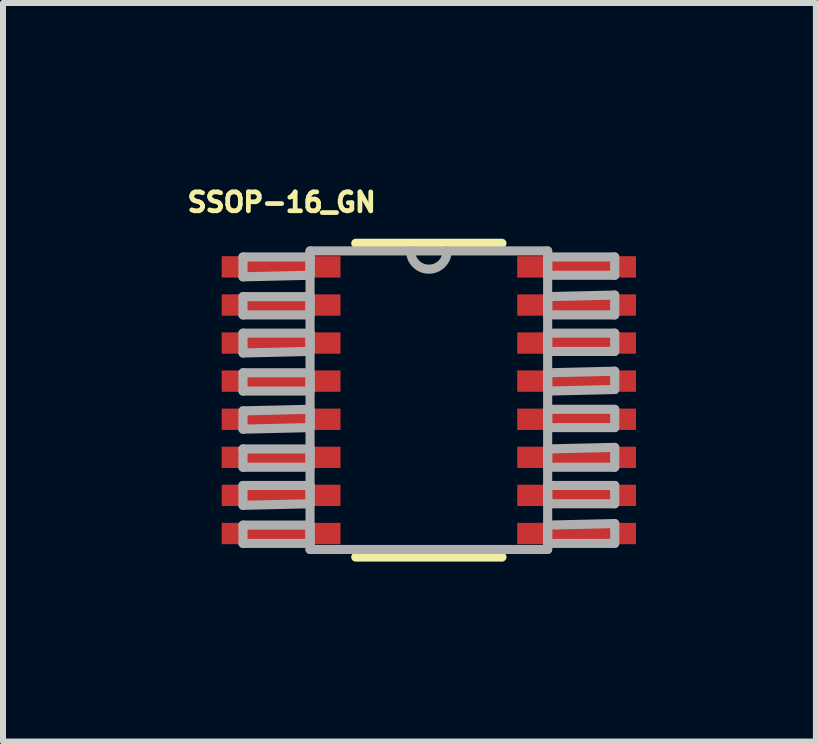
<source format=kicad_pcb>
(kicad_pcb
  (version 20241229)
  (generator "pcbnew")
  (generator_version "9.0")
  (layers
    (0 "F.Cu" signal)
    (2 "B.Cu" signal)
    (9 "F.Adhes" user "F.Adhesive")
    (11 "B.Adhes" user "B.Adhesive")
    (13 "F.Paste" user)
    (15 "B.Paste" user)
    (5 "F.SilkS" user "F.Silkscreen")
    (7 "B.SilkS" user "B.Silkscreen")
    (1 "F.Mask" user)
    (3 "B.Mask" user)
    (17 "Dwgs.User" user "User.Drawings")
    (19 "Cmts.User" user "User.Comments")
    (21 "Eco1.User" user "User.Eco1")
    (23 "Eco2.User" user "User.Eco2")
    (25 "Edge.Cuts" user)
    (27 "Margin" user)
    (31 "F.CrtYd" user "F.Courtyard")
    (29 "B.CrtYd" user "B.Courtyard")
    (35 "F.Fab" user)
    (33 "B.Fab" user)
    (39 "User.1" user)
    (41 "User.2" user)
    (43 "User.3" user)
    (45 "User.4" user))
  (footprint "SSOP-16_GN"
    (layer "F.Cu")
    (at 4.101 3.623)
    (property "Reference" "SSOP-16_GN" (at -2.454 -3.3 0) (layer "F.SilkS") (effects (font (size 0.315 0.315) (thickness 0.15))))
    (attr through_hole)
    (fp_line (start -1.219 2.616) (end 1.219 2.616) (stroke (width 0.152) (type solid)) (layer "F.SilkS"))
    (fp_line (start 1.219 -2.616) (end -1.219 -2.616) (stroke (width 0.152) (type solid)) (layer "F.SilkS"))
    (fp_line (start -3.099 -2.388) (end -3.099 -2.057) (stroke (width 0.152) (type solid)) (layer "F.Fab"))
    (fp_line (start -3.099 -2.057) (end -1.981 -2.083) (stroke (width 0.152) (type solid)) (layer "F.Fab"))
    (fp_line (start -3.099 -1.727) (end -3.099 -1.422) (stroke (width 0.152) (type solid)) (layer "F.Fab"))
    (fp_line (start -3.099 -1.422) (end -1.981 -1.422) (stroke (width 0.152) (type solid)) (layer "F.Fab"))
    (fp_line (start -3.099 -1.118) (end -3.099 -0.787) (stroke (width 0.152) (type solid)) (layer "F.Fab"))
    (fp_line (start -3.099 -0.787) (end -1.981 -0.813) (stroke (width 0.152) (type solid)) (layer "F.Fab"))
    (fp_line (start -3.099 -0.457) (end -3.099 -0.152) (stroke (width 0.152) (type solid)) (layer "F.Fab"))
    (fp_line (start -3.099 -0.152) (end -1.981 -0.152) (stroke (width 0.152) (type solid)) (layer "F.Fab"))
    (fp_line (start -3.099 0.178) (end -3.099 0.483) (stroke (width 0.152) (type solid)) (layer "F.Fab"))
    (fp_line (start -3.099 0.483) (end -1.981 0.457) (stroke (width 0.152) (type solid)) (layer "F.Fab"))
    (fp_line (start -3.099 0.813) (end -3.099 1.118) (stroke (width 0.152) (type solid)) (layer "F.Fab"))
    (fp_line (start -3.099 1.118) (end -1.981 1.118) (stroke (width 0.152) (type solid)) (layer "F.Fab"))
    (fp_line (start -3.099 1.422) (end -3.099 1.753) (stroke (width 0.152) (type solid)) (layer "F.Fab"))
    (fp_line (start -3.099 1.753) (end -1.981 1.727) (stroke (width 0.152) (type solid)) (layer "F.Fab"))
    (fp_line (start -3.099 2.083) (end -3.099 2.388) (stroke (width 0.152) (type solid)) (layer "F.Fab"))
    (fp_line (start -3.099 2.388) (end -1.981 2.388) (stroke (width 0.152) (type solid)) (layer "F.Fab"))
    (fp_line (start -1.981 -2.489) (end -1.981 2.489) (stroke (width 0.152) (type solid)) (layer "F.Fab"))
    (fp_line (start -1.981 -2.388) (end -3.099 -2.388) (stroke (width 0.152) (type solid)) (layer "F.Fab"))
    (fp_line (start -1.981 -2.083) (end -1.981 -2.388) (stroke (width 0.152) (type solid)) (layer "F.Fab"))
    (fp_line (start -1.981 -1.727) (end -3.099 -1.727) (stroke (width 0.152) (type solid)) (layer "F.Fab"))
    (fp_line (start -1.981 -1.422) (end -1.981 -1.727) (stroke (width 0.152) (type solid)) (layer "F.Fab"))
    (fp_line (start -1.981 -1.118) (end -3.099 -1.118) (stroke (width 0.152) (type solid)) (layer "F.Fab"))
    (fp_line (start -1.981 -0.813) (end -1.981 -1.118) (stroke (width 0.152) (type solid)) (layer "F.Fab"))
    (fp_line (start -1.981 -0.457) (end -3.099 -0.457) (stroke (width 0.152) (type solid)) (layer "F.Fab"))
    (fp_line (start -1.981 -0.152) (end -1.981 -0.457) (stroke (width 0.152) (type solid)) (layer "F.Fab"))
    (fp_line (start -1.981 0.152) (end -3.099 0.178) (stroke (width 0.152) (type solid)) (layer "F.Fab"))
    (fp_line (start -1.981 0.457) (end -1.981 0.152) (stroke (width 0.152) (type solid)) (layer "F.Fab"))
    (fp_line (start -1.981 0.813) (end -3.099 0.813) (stroke (width 0.152) (type solid)) (layer "F.Fab"))
    (fp_line (start -1.981 1.118) (end -1.981 0.813) (stroke (width 0.152) (type solid)) (layer "F.Fab"))
    (fp_line (start -1.981 1.422) (end -3.099 1.422) (stroke (width 0.152) (type solid)) (layer "F.Fab"))
    (fp_line (start -1.981 1.727) (end -1.981 1.422) (stroke (width 0.152) (type solid)) (layer "F.Fab"))
    (fp_line (start -1.981 2.083) (end -3.099 2.083) (stroke (width 0.152) (type solid)) (layer "F.Fab"))
    (fp_line (start -1.981 2.388) (end -1.981 2.083) (stroke (width 0.152) (type solid)) (layer "F.Fab"))
    (fp_line (start -1.981 2.489) (end 1.981 2.489) (stroke (width 0.152) (type solid)) (layer "F.Fab"))
    (fp_line (start -0.305 -2.489) (end -1.981 -2.489) (stroke (width 0.152) (type solid)) (layer "F.Fab"))
    (fp_line (start 0.305 -2.489) (end -0.305 -2.489) (stroke (width 0.152) (type solid)) (layer "F.Fab"))
    (fp_line (start 1.981 -2.489) (end 0.305 -2.489) (stroke (width 0.152) (type solid)) (layer "F.Fab"))
    (fp_line (start 1.981 -2.388) (end 1.981 -2.083) (stroke (width 0.152) (type solid)) (layer "F.Fab"))
    (fp_line (start 1.981 -2.083) (end 3.099 -2.083) (stroke (width 0.152) (type solid)) (layer "F.Fab"))
    (fp_line (start 1.981 -1.727) (end 1.981 -1.422) (stroke (width 0.152) (type solid)) (layer "F.Fab"))
    (fp_line (start 1.981 -1.422) (end 3.099 -1.422) (stroke (width 0.152) (type solid)) (layer "F.Fab"))
    (fp_line (start 1.981 -1.118) (end 1.981 -0.813) (stroke (width 0.152) (type solid)) (layer "F.Fab"))
    (fp_line (start 1.981 -0.813) (end 3.099 -0.813) (stroke (width 0.152) (type solid)) (layer "F.Fab"))
    (fp_line (start 1.981 -0.457) (end 1.981 -0.152) (stroke (width 0.152) (type solid)) (layer "F.Fab"))
    (fp_line (start 1.981 -0.152) (end 3.099 -0.178) (stroke (width 0.152) (type solid)) (layer "F.Fab"))
    (fp_line (start 1.981 0.152) (end 1.981 0.457) (stroke (width 0.152) (type solid)) (layer "F.Fab"))
    (fp_line (start 1.981 0.457) (end 3.099 0.457) (stroke (width 0.152) (type solid)) (layer "F.Fab"))
    (fp_line (start 1.981 0.813) (end 1.981 1.118) (stroke (width 0.152) (type solid)) (layer "F.Fab"))
    (fp_line (start 1.981 1.118) (end 3.099 1.118) (stroke (width 0.152) (type solid)) (layer "F.Fab"))
    (fp_line (start 1.981 1.422) (end 1.981 1.727) (stroke (width 0.152) (type solid)) (layer "F.Fab"))
    (fp_line (start 1.981 1.727) (end 3.099 1.727) (stroke (width 0.152) (type solid)) (layer "F.Fab"))
    (fp_line (start 1.981 2.083) (end 1.981 2.388) (stroke (width 0.152) (type solid)) (layer "F.Fab"))
    (fp_line (start 1.981 2.388) (end 3.099 2.388) (stroke (width 0.152) (type solid)) (layer "F.Fab"))
    (fp_line (start 1.981 2.489) (end 1.981 -2.489) (stroke (width 0.152) (type solid)) (layer "F.Fab"))
    (fp_line (start 3.099 -2.388) (end 1.981 -2.388) (stroke (width 0.152) (type solid)) (layer "F.Fab"))
    (fp_line (start 3.099 -2.083) (end 3.099 -2.388) (stroke (width 0.152) (type solid)) (layer "F.Fab"))
    (fp_line (start 3.099 -1.753) (end 1.981 -1.727) (stroke (width 0.152) (type solid)) (layer "F.Fab"))
    (fp_line (start 3.099 -1.422) (end 3.099 -1.753) (stroke (width 0.152) (type solid)) (layer "F.Fab"))
    (fp_line (start 3.099 -1.118) (end 1.981 -1.118) (stroke (width 0.152) (type solid)) (layer "F.Fab"))
    (fp_line (start 3.099 -0.813) (end 3.099 -1.118) (stroke (width 0.152) (type solid)) (layer "F.Fab"))
    (fp_line (start 3.099 -0.483) (end 1.981 -0.457) (stroke (width 0.152) (type solid)) (layer "F.Fab"))
    (fp_line (start 3.099 -0.178) (end 3.099 -0.483) (stroke (width 0.152) (type solid)) (layer "F.Fab"))
    (fp_line (start 3.099 0.152) (end 1.981 0.152) (stroke (width 0.152) (type solid)) (layer "F.Fab"))
    (fp_line (start 3.099 0.457) (end 3.099 0.152) (stroke (width 0.152) (type solid)) (layer "F.Fab"))
    (fp_line (start 3.099 0.787) (end 1.981 0.813) (stroke (width 0.152) (type solid)) (layer "F.Fab"))
    (fp_line (start 3.099 1.118) (end 3.099 0.787) (stroke (width 0.152) (type solid)) (layer "F.Fab"))
    (fp_line (start 3.099 1.422) (end 1.981 1.422) (stroke (width 0.152) (type solid)) (layer "F.Fab"))
    (fp_line (start 3.099 1.727) (end 3.099 1.422) (stroke (width 0.152) (type solid)) (layer "F.Fab"))
    (fp_line (start 3.099 2.057) (end 1.981 2.083) (stroke (width 0.152) (type solid)) (layer "F.Fab"))
    (fp_line (start 3.099 2.388) (end 3.099 2.057) (stroke (width 0.152) (type solid)) (layer "F.Fab"))
    (fp_arc (start 0.3048 -2.4892) (mid 0 -2.1844) (end -0.3048 -2.4892) (stroke (width 0.1524) (type solid)) (layer "F.Fab"))
    (pad "1" smd rect (at -2.464 -2.223) (size 1.981 0.356) (layers "F.Cu" "F.Mask" "F.Paste"))
    (pad "2" smd rect (at -2.464 -1.587) (size 1.981 0.356) (layers "F.Cu" "F.Mask" "F.Paste"))
    (pad "3" smd rect (at -2.464 -0.953) (size 1.981 0.356) (layers "F.Cu" "F.Mask" "F.Paste"))
    (pad "4" smd rect (at -2.464 -0.318) (size 1.981 0.356) (layers "F.Cu" "F.Mask" "F.Paste"))
    (pad "5" smd rect (at -2.464 0.318) (size 1.981 0.356) (layers "F.Cu" "F.Mask" "F.Paste"))
    (pad "6" smd rect (at -2.464 0.953) (size 1.981 0.356) (layers "F.Cu" "F.Mask" "F.Paste"))
    (pad "7" smd rect (at -2.464 1.587) (size 1.981 0.356) (layers "F.Cu" "F.Mask" "F.Paste"))
    (pad "8" smd rect (at -2.464 2.223) (size 1.981 0.356) (layers "F.Cu" "F.Mask" "F.Paste"))
    (pad "9" smd rect (at 2.464 2.223) (size 1.981 0.356) (layers "F.Cu" "F.Mask" "F.Paste"))
    (pad "10" smd rect (at 2.464 1.587) (size 1.981 0.356) (layers "F.Cu" "F.Mask" "F.Paste"))
    (pad "11" smd rect (at 2.464 0.953) (size 1.981 0.356) (layers "F.Cu" "F.Mask" "F.Paste"))
    (pad "12" smd rect (at 2.464 0.318) (size 1.981 0.356) (layers "F.Cu" "F.Mask" "F.Paste"))
    (pad "13" smd rect (at 2.464 -0.318) (size 1.981 0.356) (layers "F.Cu" "F.Mask" "F.Paste"))
    (pad "14" smd rect (at 2.464 -0.953) (size 1.981 0.356) (layers "F.Cu" "F.Mask" "F.Paste"))
    (pad "15" smd rect (at 2.464 -1.587) (size 1.981 0.356) (layers "F.Cu" "F.Mask" "F.Paste"))
    (pad "16" smd rect (at 2.464 -2.223) (size 1.981 0.356) (layers "F.Cu" "F.Mask" "F.Paste")))
  (gr_rect
    (start -3 -3)
    (end 10.555 9.315)
    (stroke (width 0.1) (type default))
    (fill no)
    (layer "Edge.Cuts")))
</source>
